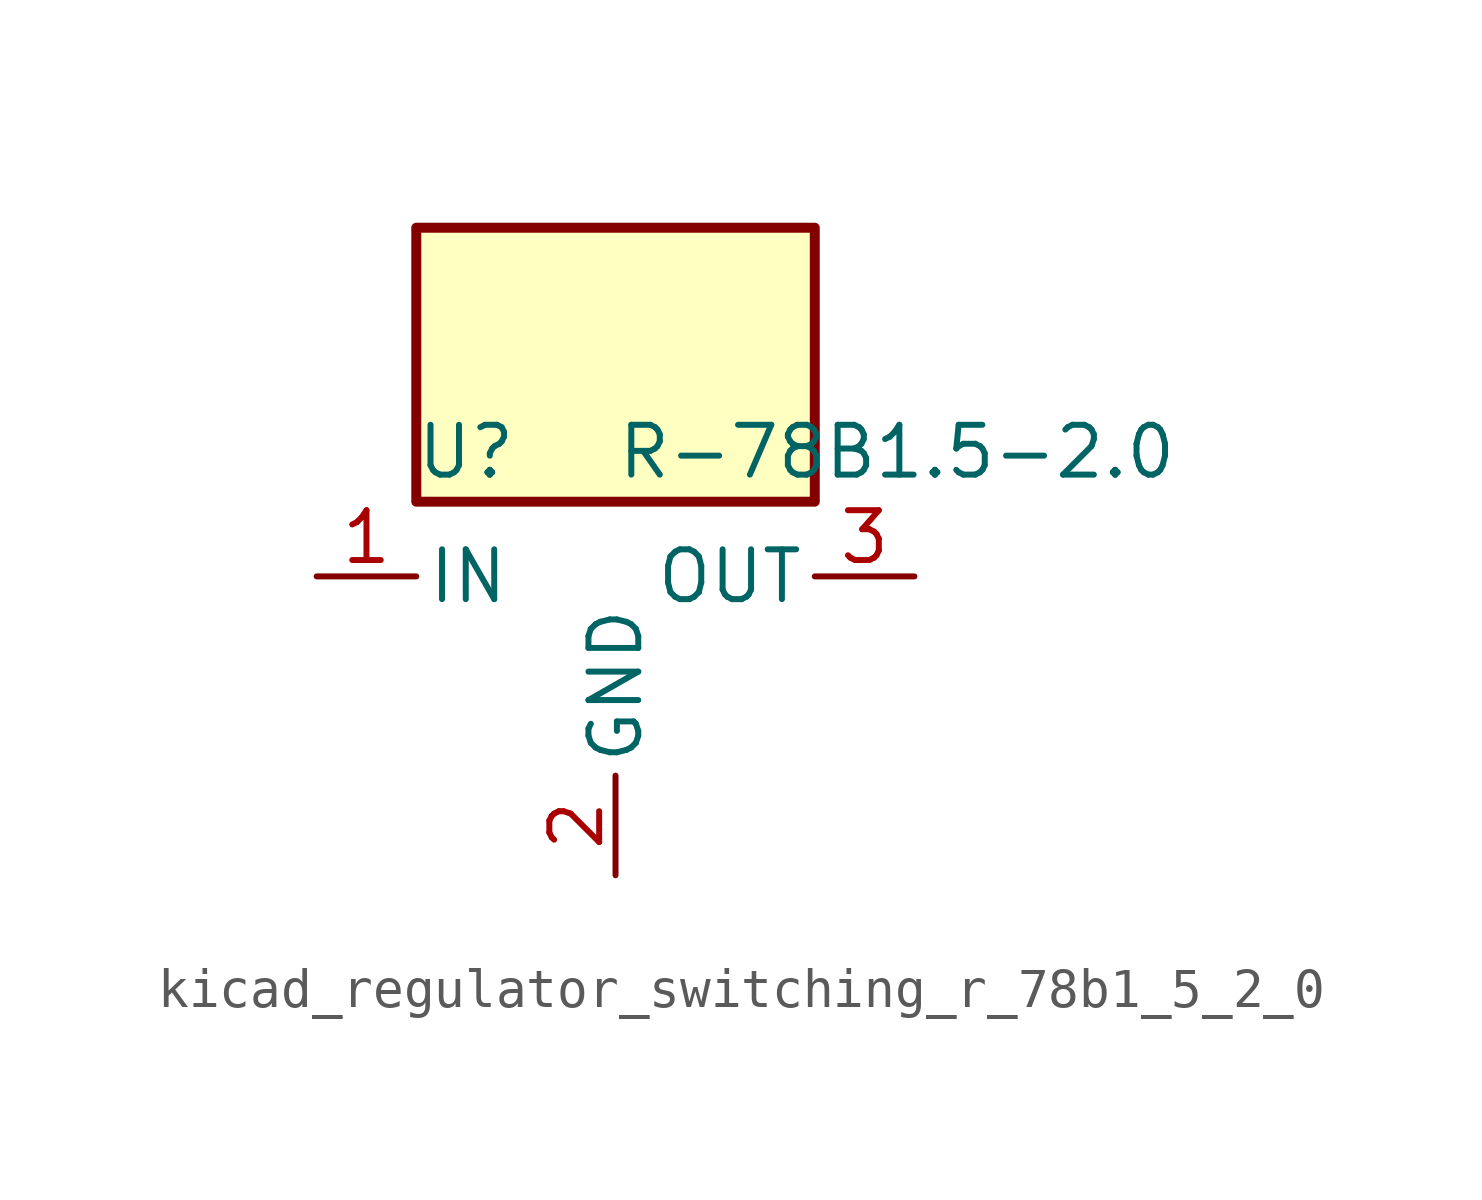
<source format=kicad_sym>
(kicad_symbol_lib
  (version 20220914)
  (generator kicad_symbol_editor)
  (symbol "kicad_regulator_switching_r_78b1_5_2_0"
    (pin_names
      (offset 0.254))
    (property "Reference" "U"
      (at -3.81 3.175 0)
      (effects (font (size 1.27 1.27))))
    (property "Value" "R-78B1.5-2.0"
      (at 0 3.175 0)
      (effects (font (size 1.27 1.27)) (justify left)))
    (symbol "kicad_regulator_switching_r_78b1_5_2_0_0_1"
      (rectangle (start 5.08 8.89) (end -5.08 1.905) (stroke (width 0.254) (type default)) (fill (type background))))
    (symbol "kicad_regulator_switching_r_78b1_5_2_0_1_1"
      (pin power_in line (at -7.62 0 0) (length 2.54) (name "IN" (effects (font (size 1.27 1.27)))) (number "1" (effects (font (size 1.27 1.27)))))
      (pin power_in line (at 0 -7.62 90) (length 2.54) (name "GND" (effects (font (size 1.27 1.27)))) (number "2" (effects (font (size 1.27 1.27)))))
      (pin power_out line (at 7.62 0 180) (length 2.54) (name "OUT" (effects (font (size 1.27 1.27)))) (number "3" (effects (font (size 1.27 1.27))))))))
</source>
